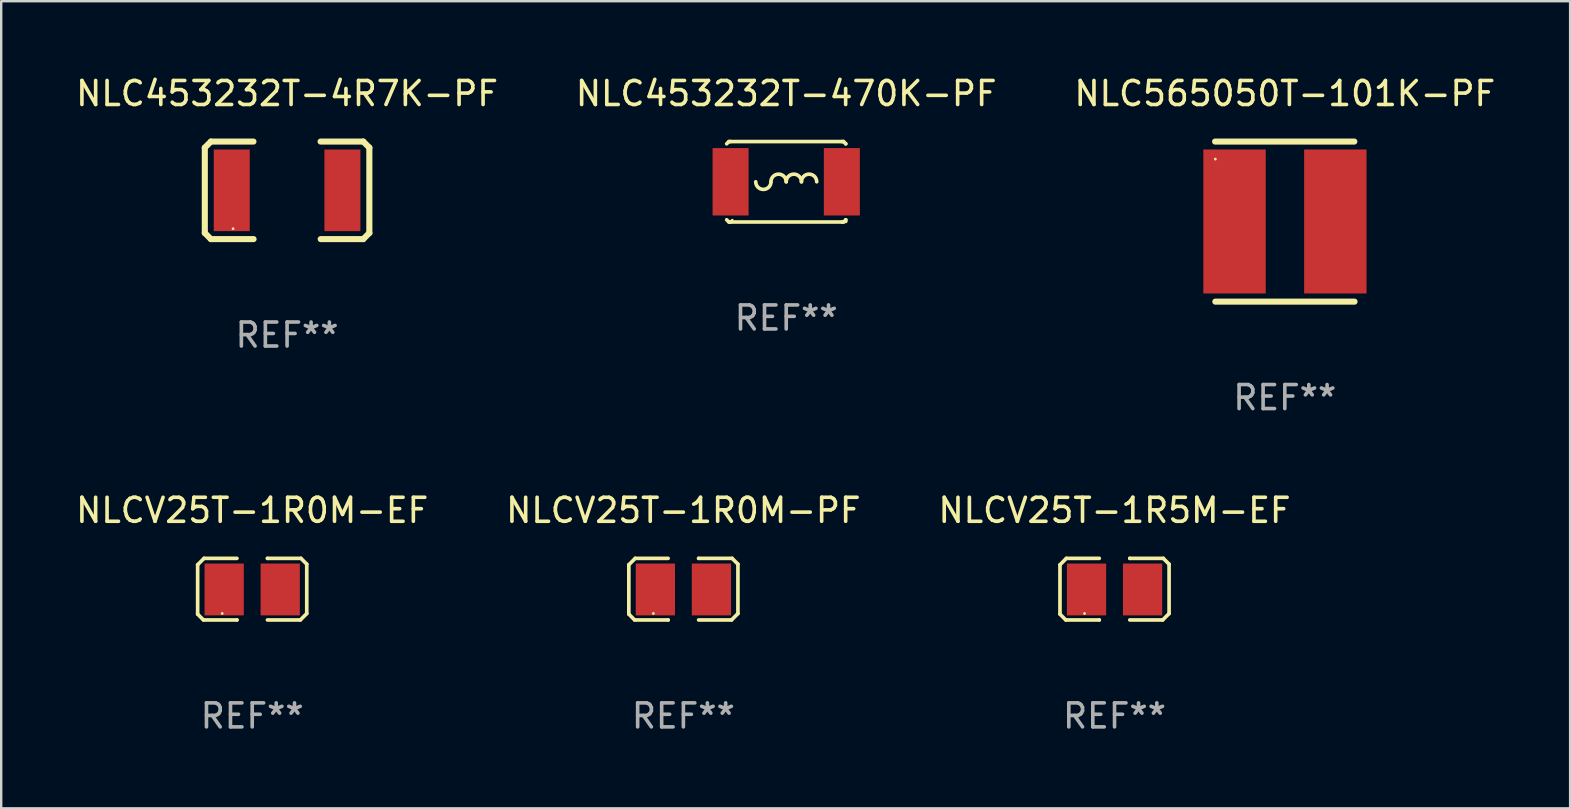
<source format=kicad_pcb>
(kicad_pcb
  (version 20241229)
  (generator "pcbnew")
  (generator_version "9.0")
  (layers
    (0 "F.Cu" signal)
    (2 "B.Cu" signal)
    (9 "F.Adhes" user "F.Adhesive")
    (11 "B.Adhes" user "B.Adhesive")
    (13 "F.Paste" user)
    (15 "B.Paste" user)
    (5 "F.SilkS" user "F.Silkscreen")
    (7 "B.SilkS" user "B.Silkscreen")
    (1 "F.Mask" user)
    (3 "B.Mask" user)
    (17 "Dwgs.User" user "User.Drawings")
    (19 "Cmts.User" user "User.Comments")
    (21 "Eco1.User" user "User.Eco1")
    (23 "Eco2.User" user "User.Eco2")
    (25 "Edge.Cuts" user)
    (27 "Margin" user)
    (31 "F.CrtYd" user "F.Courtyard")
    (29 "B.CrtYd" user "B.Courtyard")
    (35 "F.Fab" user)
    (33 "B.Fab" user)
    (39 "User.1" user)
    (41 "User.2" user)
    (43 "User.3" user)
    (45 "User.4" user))
  (footprint "NLCV25T-1R0M-EF"
    (layer "F.Cu")
    (at 7.458 21.497)
    (property "Reference" "NLCV25T-1R0M-EF" (at 0 -3.283 0) (layer "F.SilkS") (effects (font (size 1 1) (thickness 0.15))))
    (attr through_hole)
    (fp_line (start -2.273 -1.016) (end -2.007 -1.283) (stroke (width 0.152) (type solid)) (layer "F.SilkS"))
    (fp_line (start -2.273 1.041) (end -2.273 -1.016) (stroke (width 0.152) (type solid)) (layer "F.SilkS"))
    (fp_line (start -2.032 1.283) (end -2.273 1.041) (stroke (width 0.152) (type solid)) (layer "F.SilkS"))
    (fp_line (start -2.007 -1.283) (end -0.635 -1.283) (stroke (width 0.152) (type solid)) (layer "F.SilkS"))
    (fp_line (start -0.635 1.283) (end -2.032 1.283) (stroke (width 0.152) (type solid)) (layer "F.SilkS"))
    (fp_line (start -0.635 1.283) (end -0.635 1.283) (stroke (width 0.152) (type solid)) (layer "F.SilkS"))
    (fp_line (start 0.635 -1.283) (end 0.635 -1.283) (stroke (width 0.152) (type solid)) (layer "F.SilkS"))
    (fp_line (start 0.635 -1.283) (end 2.032 -1.283) (stroke (width 0.152) (type solid)) (layer "F.SilkS"))
    (fp_line (start 2.007 1.283) (end 0.635 1.283) (stroke (width 0.152) (type solid)) (layer "F.SilkS"))
    (fp_line (start 2.032 -1.283) (end 2.273 -1.041) (stroke (width 0.152) (type solid)) (layer "F.SilkS"))
    (fp_line (start 2.273 -1.041) (end 2.273 1.016) (stroke (width 0.152) (type solid)) (layer "F.SilkS"))
    (fp_line (start 2.273 1.016) (end 2.007 1.283) (stroke (width 0.152) (type solid)) (layer "F.SilkS"))
    (fp_circle (center -1.25 1.013) (end -1.22 1.013) (stroke (width 0.06) (type solid)) (fill no) (layer "F.SilkS"))
    (fp_text user "REF**" (at 0 5.283 0) (layer "F.Fab") (effects (font (size 1 1) (thickness 0.15))))
    (pad "1" smd rect (at -1.167 0.013) (size 1.635 2.16) (layers "F.Cu" "F.Mask" "F.Paste"))
    (pad "2" smd rect (at 1.168 0.013) (size 1.635 2.16) (layers "F.Cu" "F.Mask" "F.Paste")))
  (footprint "NLC453232T-470K-PF"
    (layer "F.Cu")
    (at 29.708 4.524)
    (property "Reference" "NLC453232T-470K-PF" (at 0 -3.676 0) (layer "F.SilkS") (effects (font (size 1 1) (thickness 0.15))))
    (attr through_hole)
    (fp_line (start -2.388 -1.676) (end -2.481 -1.583) (stroke (width 0.152) (type solid)) (layer "F.SilkS"))
    (fp_line (start -2.388 1.676) (end -2.481 1.583) (stroke (width 0.152) (type solid)) (layer "F.SilkS"))
    (fp_line (start -2.326 -1.676) (end -2.388 -1.676) (stroke (width 0.152) (type solid)) (layer "F.SilkS"))
    (fp_line (start -2.326 1.676) (end -2.388 1.676) (stroke (width 0.152) (type solid)) (layer "F.SilkS"))
    (fp_line (start 2.326 -1.676) (end -2.326 -1.676) (stroke (width 0.152) (type solid)) (layer "F.SilkS"))
    (fp_line (start 2.326 -1.676) (end 2.388 -1.676) (stroke (width 0.152) (type solid)) (layer "F.SilkS"))
    (fp_line (start 2.326 1.676) (end -2.326 1.676) (stroke (width 0.152) (type solid)) (layer "F.SilkS"))
    (fp_line (start 2.326 1.676) (end 2.388 1.676) (stroke (width 0.152) (type solid)) (layer "F.SilkS"))
    (fp_line (start 2.388 -1.676) (end 2.481 -1.583) (stroke (width 0.152) (type solid)) (layer "F.SilkS"))
    (fp_line (start 2.388 1.676) (end 2.481 1.583) (stroke (width 0.152) (type solid)) (layer "F.SilkS"))
    (fp_line (start 2.481 -1.583) (end 2.481 -1.584) (stroke (width 0.152) (type solid)) (layer "F.SilkS"))
    (fp_line (start 2.481 1.584) (end 2.481 1.651) (stroke (width 0.152) (type solid)) (layer "F.SilkS"))
    (fp_arc (start -0.636018 0) (mid -0.318009 -0.318009) (end 0 0) (stroke (width 0.151994) (type solid)) (layer "F.SilkS"))
    (fp_arc (start -0.635001 0) (mid -0.95301 0.318009) (end -1.271019 0) (stroke (width 0.151994) (type solid)) (layer "F.SilkS"))
    (fp_arc (start -0.001015 0) (mid 0.316993 -0.318008) (end 0.635001 0) (stroke (width 0.151994) (type solid)) (layer "F.SilkS"))
    (fp_arc (start 0.633985 0) (mid 0.951994 -0.318009) (end 1.270003 0) (stroke (width 0.151994) (type solid)) (layer "F.SilkS"))
    (fp_circle (center -2.25 1.6) (end -2.22 1.6) (stroke (width 0.06) (type solid)) (fill no) (layer "F.SilkS"))
    (fp_text user "REF**" (at 0 5.676 0) (layer "F.Fab") (effects (font (size 1 1) (thickness 0.15))))
    (pad "1" smd rect (at -2.318 0) (size 1.5 2.808) (layers "F.Cu" "F.Mask" "F.Paste"))
    (pad "2" smd rect (at 2.318 0) (size 1.5 2.808) (layers "F.Cu" "F.Mask" "F.Paste")))
  (footprint "NLC565050T-101K-PF"
    (layer "F.Cu")
    (at 50.482 6.183)
    (property "Reference" "NLC565050T-101K-PF" (at 0 -5.335 0) (layer "F.SilkS") (effects (font (size 1 1) (thickness 0.15))))
    (attr through_hole)
    (fp_line (start -2.905 -3.335) (end 2.895 -3.335) (stroke (width 0.254) (type solid)) (layer "F.SilkS"))
    (fp_line (start 2.905 3.335) (end -2.895 3.335) (stroke (width 0.254) (type solid)) (layer "F.SilkS"))
    (fp_circle (center -2.895 -2.605) (end -2.865 -2.605) (stroke (width 0.06) (type solid)) (fill no) (layer "F.SilkS"))
    (fp_text user "REF**" (at 0 7.335 0) (layer "F.Fab") (effects (font (size 1 1) (thickness 0.15))))
    (pad "1" smd rect (at -2.095 -0.005 90) (size 6 2.6) (layers "F.Cu" "F.Mask" "F.Paste"))
    (pad "2" smd rect (at 2.105 -0.005 90) (size 6 2.6) (layers "F.Cu" "F.Mask" "F.Paste")))
  (footprint "NLCV25T-1R0M-PF"
    (layer "F.Cu")
    (at 25.423 21.497)
    (property "Reference" "NLCV25T-1R0M-PF" (at 0 -3.283 0) (layer "F.SilkS") (effects (font (size 1 1) (thickness 0.15))))
    (attr through_hole)
    (fp_line (start -2.273 -1.016) (end -2.007 -1.283) (stroke (width 0.152) (type solid)) (layer "F.SilkS"))
    (fp_line (start -2.273 1.041) (end -2.273 -1.016) (stroke (width 0.152) (type solid)) (layer "F.SilkS"))
    (fp_line (start -2.032 1.283) (end -2.273 1.041) (stroke (width 0.152) (type solid)) (layer "F.SilkS"))
    (fp_line (start -2.007 -1.283) (end -0.635 -1.283) (stroke (width 0.152) (type solid)) (layer "F.SilkS"))
    (fp_line (start -0.635 1.283) (end -2.032 1.283) (stroke (width 0.152) (type solid)) (layer "F.SilkS"))
    (fp_line (start -0.635 1.283) (end -0.635 1.283) (stroke (width 0.152) (type solid)) (layer "F.SilkS"))
    (fp_line (start 0.635 -1.283) (end 0.635 -1.283) (stroke (width 0.152) (type solid)) (layer "F.SilkS"))
    (fp_line (start 0.635 -1.283) (end 2.032 -1.283) (stroke (width 0.152) (type solid)) (layer "F.SilkS"))
    (fp_line (start 2.007 1.283) (end 0.635 1.283) (stroke (width 0.152) (type solid)) (layer "F.SilkS"))
    (fp_line (start 2.032 -1.283) (end 2.273 -1.041) (stroke (width 0.152) (type solid)) (layer "F.SilkS"))
    (fp_line (start 2.273 -1.041) (end 2.273 1.016) (stroke (width 0.152) (type solid)) (layer "F.SilkS"))
    (fp_line (start 2.273 1.016) (end 2.007 1.283) (stroke (width 0.152) (type solid)) (layer "F.SilkS"))
    (fp_circle (center -1.25 1.013) (end -1.22 1.013) (stroke (width 0.06) (type solid)) (fill no) (layer "F.SilkS"))
    (fp_text user "REF**" (at 0 5.283 0) (layer "F.Fab") (effects (font (size 1 1) (thickness 0.15))))
    (pad "1" smd rect (at -1.167 0.013) (size 1.635 2.16) (layers "F.Cu" "F.Mask" "F.Paste"))
    (pad "2" smd rect (at 1.168 0.013) (size 1.635 2.16) (layers "F.Cu" "F.Mask" "F.Paste")))
  (footprint "NLC453232T-4R7K-PF"
    (layer "F.Cu")
    (at 8.911 4.88)
    (property "Reference" "NLC453232T-4R7K-PF" (at 0 -4.032 0) (layer "F.SilkS") (effects (font (size 1 1) (thickness 0.15))))
    (attr through_hole)
    (fp_line (start -3.428 -1.778) (end -3.174 -2.032) (stroke (width 0.254) (type solid)) (layer "F.SilkS"))
    (fp_line (start -3.428 1.778) (end -3.428 -1.778) (stroke (width 0.254) (type solid)) (layer "F.SilkS"))
    (fp_line (start -3.174 -2.032) (end -1.401 -2.032) (stroke (width 0.254) (type solid)) (layer "F.SilkS"))
    (fp_line (start -3.174 2.032) (end -3.428 1.778) (stroke (width 0.254) (type solid)) (layer "F.SilkS"))
    (fp_line (start -1.396 2.032) (end -3.174 2.032) (stroke (width 0.254) (type solid)) (layer "F.SilkS"))
    (fp_line (start 1.396 -2.032) (end 3.174 -2.032) (stroke (width 0.254) (type solid)) (layer "F.SilkS"))
    (fp_line (start 3.174 -2.032) (end 3.428 -1.778) (stroke (width 0.254) (type solid)) (layer "F.SilkS"))
    (fp_line (start 3.174 2.032) (end 1.401 2.032) (stroke (width 0.254) (type solid)) (layer "F.SilkS"))
    (fp_line (start 3.428 -1.778) (end 3.428 1.778) (stroke (width 0.254) (type solid)) (layer "F.SilkS"))
    (fp_line (start 3.428 1.778) (end 3.174 2.032) (stroke (width 0.254) (type solid)) (layer "F.SilkS"))
    (fp_circle (center -2.25 1.6) (end -2.22 1.6) (stroke (width 0.06) (type solid)) (fill no) (layer "F.SilkS"))
    (fp_text user "REF**" (at 0 6.032 0) (layer "F.Fab") (effects (font (size 1 1) (thickness 0.15))))
    (pad "1" smd rect (at -2.305 0) (size 1.5 3.4) (layers "F.Cu" "F.Mask" "F.Paste"))
    (pad "2" smd rect (at 2.305 0) (size 1.5 3.4) (layers "F.Cu" "F.Mask" "F.Paste")))
  (footprint "NLCV25T-1R5M-EF"
    (layer "F.Cu")
    (at 43.387 21.497)
    (property "Reference" "NLCV25T-1R5M-EF" (at 0 -3.283 0) (layer "F.SilkS") (effects (font (size 1 1) (thickness 0.15))))
    (attr through_hole)
    (fp_line (start -2.273 -1.016) (end -2.007 -1.283) (stroke (width 0.152) (type solid)) (layer "F.SilkS"))
    (fp_line (start -2.273 1.041) (end -2.273 -1.016) (stroke (width 0.152) (type solid)) (layer "F.SilkS"))
    (fp_line (start -2.032 1.283) (end -2.273 1.041) (stroke (width 0.152) (type solid)) (layer "F.SilkS"))
    (fp_line (start -2.007 -1.283) (end -0.635 -1.283) (stroke (width 0.152) (type solid)) (layer "F.SilkS"))
    (fp_line (start -0.635 1.283) (end -2.032 1.283) (stroke (width 0.152) (type solid)) (layer "F.SilkS"))
    (fp_line (start -0.635 1.283) (end -0.635 1.283) (stroke (width 0.152) (type solid)) (layer "F.SilkS"))
    (fp_line (start 0.635 -1.283) (end 0.635 -1.283) (stroke (width 0.152) (type solid)) (layer "F.SilkS"))
    (fp_line (start 0.635 -1.283) (end 2.032 -1.283) (stroke (width 0.152) (type solid)) (layer "F.SilkS"))
    (fp_line (start 2.007 1.283) (end 0.635 1.283) (stroke (width 0.152) (type solid)) (layer "F.SilkS"))
    (fp_line (start 2.032 -1.283) (end 2.273 -1.041) (stroke (width 0.152) (type solid)) (layer "F.SilkS"))
    (fp_line (start 2.273 -1.041) (end 2.273 1.016) (stroke (width 0.152) (type solid)) (layer "F.SilkS"))
    (fp_line (start 2.273 1.016) (end 2.007 1.283) (stroke (width 0.152) (type solid)) (layer "F.SilkS"))
    (fp_circle (center -1.25 1.013) (end -1.22 1.013) (stroke (width 0.06) (type solid)) (fill no) (layer "F.SilkS"))
    (fp_text user "REF**" (at 0 5.283 0) (layer "F.Fab") (effects (font (size 1 1) (thickness 0.15))))
    (pad "1" smd rect (at -1.167 0.013) (size 1.635 2.16) (layers "F.Cu" "F.Mask" "F.Paste"))
    (pad "2" smd rect (at 1.168 0.013) (size 1.635 2.16) (layers "F.Cu" "F.Mask" "F.Paste")))
  (gr_rect
    (start -3 -3)
    (end 62.369 30.628)
    (stroke (width 0.1) (type default))
    (fill no)
    (layer "Edge.Cuts")))
</source>
